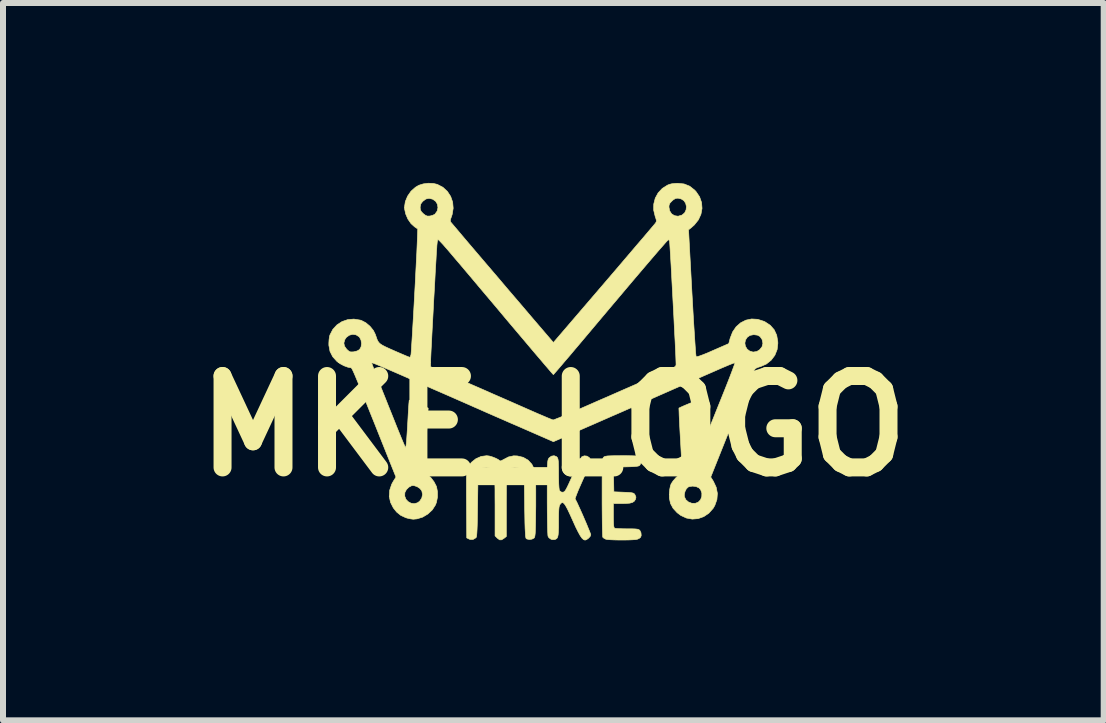
<source format=kicad_pcb>
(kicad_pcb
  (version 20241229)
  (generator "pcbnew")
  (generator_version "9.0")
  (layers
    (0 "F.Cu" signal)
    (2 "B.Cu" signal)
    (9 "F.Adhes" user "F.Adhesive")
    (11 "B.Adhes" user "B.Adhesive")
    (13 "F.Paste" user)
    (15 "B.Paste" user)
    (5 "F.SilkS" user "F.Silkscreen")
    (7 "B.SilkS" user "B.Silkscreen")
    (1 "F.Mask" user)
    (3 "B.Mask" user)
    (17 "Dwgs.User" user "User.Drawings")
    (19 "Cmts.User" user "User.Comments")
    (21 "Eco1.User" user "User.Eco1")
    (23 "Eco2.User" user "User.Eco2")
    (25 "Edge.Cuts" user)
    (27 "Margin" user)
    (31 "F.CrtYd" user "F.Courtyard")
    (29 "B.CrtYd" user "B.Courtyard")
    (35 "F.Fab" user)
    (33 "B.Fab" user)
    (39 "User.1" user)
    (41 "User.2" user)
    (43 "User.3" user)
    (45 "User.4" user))
  (footprint "MKE_LOGO"
    (layer "F.Cu")
    (at 6.176 4.054)
    (property "Reference" "MKE_LOGO" (at 0 0 0) (layer "F.SilkS") (effects (font (size 1.524 1.524) (thickness 0.3))))
    (attr through_hole)
    (fp_poly (pts (xy 1.239 0.494) (xy 1.311 0.495) (xy 1.363 0.497) (xy 1.397 0.5) (xy 1.42 0.505) (xy 1.434 0.513) (xy 1.442 0.52) (xy 1.463 0.563) (xy 1.461 0.612) (xy 1.445 0.647) (xy 1.435 0.658) (xy 1.418 0.666) (xy 1.391 0.671) (xy 1.349 0.675) (xy 1.286 0.678) (xy 1.213 0.68) (xy 1.001 0.684) (xy 1.005 0.89) (xy 1.009 1.096) (xy 1.175 1.103) (xy 1.247 1.106) (xy 1.295 1.11) (xy 1.326 1.116) (xy 1.344 1.124) (xy 1.356 1.137) (xy 1.363 1.149) (xy 1.377 1.184) (xy 1.371 1.218) (xy 1.367 1.225) (xy 1.349 1.253) (xy 1.319 1.273) (xy 1.275 1.285) (xy 1.21 1.29) (xy 1.138 1.292) (xy 1.001 1.292) (xy 1.001 1.493) (xy 1.002 1.575) (xy 1.004 1.633) (xy 1.007 1.67) (xy 1.013 1.692) (xy 1.021 1.702) (xy 1.024 1.704) (xy 1.047 1.707) (xy 1.093 1.71) (xy 1.154 1.712) (xy 1.226 1.713) (xy 1.233 1.713) (xy 1.311 1.713) (xy 1.365 1.715) (xy 1.401 1.719) (xy 1.424 1.726) (xy 1.439 1.736) (xy 1.442 1.739) (xy 1.461 1.778) (xy 1.465 1.824) (xy 1.455 1.853) (xy 1.434 1.871) (xy 1.403 1.886) (xy 1.373 1.892) (xy 1.32 1.896) (xy 1.251 1.899) (xy 1.173 1.9) (xy 1.092 1.9) (xy 1.015 1.898) (xy 0.948 1.895) (xy 0.897 1.891) (xy 0.871 1.885) (xy 0.84 1.868) (xy 0.824 1.853) (xy 0.822 1.836) (xy 0.82 1.792) (xy 0.818 1.725) (xy 0.816 1.639) (xy 0.815 1.535) (xy 0.814 1.417) (xy 0.813 1.289) (xy 0.813 1.189) (xy 0.813 1.034) (xy 0.813 0.907) (xy 0.814 0.802) (xy 0.815 0.72) (xy 0.816 0.655) (xy 0.818 0.607) (xy 0.821 0.573) (xy 0.824 0.549) (xy 0.829 0.533) (xy 0.834 0.523) (xy 0.839 0.518) (xy 0.852 0.509) (xy 0.873 0.503) (xy 0.904 0.498) (xy 0.951 0.496) (xy 1.018 0.494) (xy 1.108 0.494) (xy 1.142 0.493) (xy 1.239 0.494)) (stroke (width 0.01) (type solid)) (fill yes) (layer "F.SilkS"))
    (fp_poly (pts (xy -1.069 0.499) (xy -1.017 0.514) (xy -0.964 0.535) (xy -0.92 0.557) (xy -0.895 0.577) (xy -0.894 0.578) (xy -0.876 0.581) (xy -0.842 0.564) (xy -0.833 0.559) (xy -0.749 0.515) (xy -0.663 0.496) (xy -0.6 0.498) (xy -0.503 0.521) (xy -0.421 0.568) (xy -0.358 0.637) (xy -0.315 0.724) (xy -0.305 0.763) (xy -0.3 0.801) (xy -0.297 0.867) (xy -0.294 0.958) (xy -0.293 1.074) (xy -0.293 1.213) (xy -0.293 1.339) (xy -0.295 1.475) (xy -0.296 1.584) (xy -0.298 1.67) (xy -0.3 1.736) (xy -0.302 1.785) (xy -0.306 1.82) (xy -0.31 1.843) (xy -0.315 1.857) (xy -0.322 1.867) (xy -0.322 1.867) (xy -0.356 1.885) (xy -0.4 1.891) (xy -0.44 1.883) (xy -0.454 1.874) (xy -0.459 1.86) (xy -0.464 1.829) (xy -0.467 1.779) (xy -0.471 1.707) (xy -0.474 1.612) (xy -0.476 1.492) (xy -0.479 1.345) (xy -0.479 1.312) (xy -0.486 0.767) (xy -0.534 0.725) (xy -0.589 0.691) (xy -0.647 0.683) (xy -0.702 0.698) (xy -0.746 0.737) (xy -0.761 0.763) (xy -0.767 0.779) (xy -0.772 0.803) (xy -0.776 0.836) (xy -0.779 0.882) (xy -0.781 0.945) (xy -0.783 1.025) (xy -0.783 1.128) (xy -0.784 1.255) (xy -0.784 1.326) (xy -0.784 1.841) (xy -0.822 1.871) (xy -0.862 1.896) (xy -0.895 1.897) (xy -0.93 1.872) (xy -0.937 1.866) (xy -0.972 1.83) (xy -0.972 1.313) (xy -0.973 1.169) (xy -0.973 1.05) (xy -0.975 0.955) (xy -0.977 0.88) (xy -0.982 0.823) (xy -0.988 0.781) (xy -0.996 0.751) (xy -1.008 0.73) (xy -1.022 0.716) (xy -1.04 0.705) (xy -1.052 0.7) (xy -1.117 0.683) (xy -1.178 0.694) (xy -1.215 0.717) (xy -1.255 0.752) (xy -1.263 1.297) (xy -1.265 1.441) (xy -1.267 1.558) (xy -1.269 1.651) (xy -1.272 1.724) (xy -1.275 1.778) (xy -1.278 1.816) (xy -1.282 1.842) (xy -1.287 1.857) (xy -1.292 1.863) (xy -1.338 1.89) (xy -1.389 1.89) (xy -1.408 1.882) (xy -1.444 1.864) (xy -1.448 1.302) (xy -1.449 1.159) (xy -1.449 1.042) (xy -1.449 0.948) (xy -1.449 0.874) (xy -1.447 0.817) (xy -1.445 0.775) (xy -1.442 0.743) (xy -1.437 0.72) (xy -1.432 0.703) (xy -1.425 0.687) (xy -1.424 0.686) (xy -1.367 0.605) (xy -1.292 0.545) (xy -1.204 0.506) (xy -1.112 0.494) (xy -1.069 0.499)) (stroke (width 0.01) (type solid)) (fill yes) (layer "F.SilkS"))
    (fp_poly (pts (xy 0.053 0.51) (xy 0.063 0.52) (xy 0.072 0.534) (xy 0.078 0.555) (xy 0.083 0.588) (xy 0.085 0.638) (xy 0.087 0.708) (xy 0.087 0.797) (xy 0.088 0.887) (xy 0.09 0.965) (xy 0.094 1.025) (xy 0.099 1.064) (xy 0.102 1.075) (xy 0.128 1.098) (xy 0.153 1.103) (xy 0.167 1.101) (xy 0.18 1.095) (xy 0.195 1.08) (xy 0.212 1.054) (xy 0.233 1.014) (xy 0.26 0.957) (xy 0.295 0.88) (xy 0.34 0.781) (xy 0.355 0.746) (xy 0.389 0.672) (xy 0.421 0.606) (xy 0.448 0.554) (xy 0.467 0.521) (xy 0.475 0.512) (xy 0.516 0.496) (xy 0.56 0.501) (xy 0.598 0.524) (xy 0.621 0.559) (xy 0.624 0.579) (xy 0.618 0.6) (xy 0.602 0.643) (xy 0.577 0.704) (xy 0.545 0.779) (xy 0.507 0.863) (xy 0.488 0.905) (xy 0.45 0.991) (xy 0.416 1.069) (xy 0.39 1.134) (xy 0.372 1.182) (xy 0.363 1.21) (xy 0.363 1.215) (xy 0.374 1.234) (xy 0.395 1.275) (xy 0.421 1.332) (xy 0.453 1.402) (xy 0.487 1.478) (xy 0.521 1.557) (xy 0.554 1.633) (xy 0.582 1.702) (xy 0.605 1.758) (xy 0.62 1.797) (xy 0.624 1.813) (xy 0.613 1.841) (xy 0.585 1.871) (xy 0.552 1.894) (xy 0.529 1.901) (xy 0.505 1.894) (xy 0.479 1.871) (xy 0.449 1.829) (xy 0.414 1.766) (xy 0.371 1.68) (xy 0.327 1.582) (xy 0.279 1.476) (xy 0.241 1.395) (xy 0.21 1.337) (xy 0.185 1.299) (xy 0.164 1.279) (xy 0.146 1.276) (xy 0.128 1.287) (xy 0.11 1.309) (xy 0.11 1.31) (xy 0.101 1.327) (xy 0.095 1.354) (xy 0.091 1.395) (xy 0.088 1.454) (xy 0.087 1.536) (xy 0.087 1.59) (xy 0.087 1.688) (xy 0.084 1.761) (xy 0.08 1.814) (xy 0.072 1.849) (xy 0.06 1.871) (xy 0.043 1.884) (xy 0.022 1.892) (xy -0.015 1.893) (xy -0.039 1.887) (xy -0.071 1.864) (xy -0.086 1.845) (xy -0.091 1.822) (xy -0.094 1.769) (xy -0.097 1.688) (xy -0.099 1.579) (xy -0.101 1.441) (xy -0.102 1.275) (xy -0.102 1.193) (xy -0.102 1.042) (xy -0.101 0.918) (xy -0.101 0.817) (xy -0.1 0.737) (xy -0.099 0.675) (xy -0.097 0.628) (xy -0.094 0.595) (xy -0.09 0.571) (xy -0.085 0.554) (xy -0.079 0.542) (xy -0.072 0.532) (xy -0.072 0.532) (xy -0.033 0.502) (xy 0.012 0.494) (xy 0.053 0.51)) (stroke (width 0.01) (type solid)) (fill yes) (layer "F.SilkS"))
    (fp_poly (pts (xy -1.999 -4.045) (xy -1.935 -4.03) (xy -1.842 -3.982) (xy -1.767 -3.913) (xy -1.712 -3.829) (xy -1.679 -3.734) (xy -1.67 -3.632) (xy -1.687 -3.528) (xy -1.698 -3.495) (xy -1.714 -3.449) (xy -1.718 -3.421) (xy -1.711 -3.402) (xy -1.707 -3.397) (xy -1.622 -3.297) (xy -1.522 -3.178) (xy -1.41 -3.046) (xy -1.289 -2.904) (xy -1.162 -2.755) (xy -1.032 -2.603) (xy -0.903 -2.452) (xy -0.778 -2.304) (xy -0.659 -2.165) (xy -0.55 -2.038) (xy -0.454 -1.925) (xy -0.381 -1.839) (xy 0.001 -1.393) (xy 0.844 -2.376) (xy 0.969 -2.522) (xy 1.089 -2.662) (xy 1.202 -2.795) (xy 1.307 -2.918) (xy 1.403 -3.031) (xy 1.489 -3.131) (xy 1.562 -3.217) (xy 1.622 -3.288) (xy 1.667 -3.341) (xy 1.696 -3.376) (xy 1.707 -3.39) (xy 1.717 -3.411) (xy 1.717 -3.435) (xy 1.706 -3.473) (xy 1.698 -3.495) (xy 1.673 -3.599) (xy 1.673 -3.653) (xy 1.927 -3.653) (xy 1.94 -3.588) (xy 1.972 -3.538) (xy 2.021 -3.508) (xy 2.079 -3.499) (xy 2.142 -3.517) (xy 2.146 -3.519) (xy 2.189 -3.555) (xy 2.213 -3.605) (xy 2.219 -3.66) (xy 2.206 -3.715) (xy 2.176 -3.759) (xy 2.132 -3.787) (xy 2.079 -3.8) (xy 2.038 -3.796) (xy 1.998 -3.771) (xy 1.98 -3.755) (xy 1.945 -3.719) (xy 1.93 -3.685) (xy 1.927 -3.653) (xy 1.673 -3.653) (xy 1.674 -3.702) (xy 1.699 -3.8) (xy 1.747 -3.888) (xy 1.816 -3.962) (xy 1.903 -4.017) (xy 1.935 -4.03) (xy 1.975 -4.04) (xy 2.03 -4.046) (xy 2.076 -4.048) (xy 2.18 -4.037) (xy 2.273 -4) (xy 2.355 -3.935) (xy 2.378 -3.911) (xy 2.438 -3.823) (xy 2.471 -3.728) (xy 2.479 -3.63) (xy 2.461 -3.532) (xy 2.418 -3.438) (xy 2.35 -3.353) (xy 2.292 -3.302) (xy 2.254 -3.273) (xy 2.311 -2.221) (xy 2.321 -2.048) (xy 2.33 -1.885) (xy 2.339 -1.732) (xy 2.348 -1.592) (xy 2.356 -1.467) (xy 2.363 -1.36) (xy 2.369 -1.273) (xy 2.374 -1.208) (xy 2.379 -1.168) (xy 2.381 -1.155) (xy 2.398 -1.157) (xy 2.438 -1.169) (xy 2.498 -1.191) (xy 2.575 -1.222) (xy 2.659 -1.259) (xy 2.925 -1.375) (xy 2.927 -1.384) (xy 3.193 -1.384) (xy 3.202 -1.331) (xy 3.232 -1.282) (xy 3.273 -1.251) (xy 3.33 -1.234) (xy 3.391 -1.243) (xy 3.438 -1.271) (xy 3.479 -1.321) (xy 3.494 -1.38) (xy 3.481 -1.441) (xy 3.477 -1.449) (xy 3.446 -1.493) (xy 3.404 -1.516) (xy 3.344 -1.524) (xy 3.338 -1.524) (xy 3.278 -1.512) (xy 3.233 -1.481) (xy 3.204 -1.436) (xy 3.193 -1.384) (xy 2.927 -1.384) (xy 2.948 -1.464) (xy 2.989 -1.57) (xy 3.048 -1.656) (xy 3.123 -1.722) (xy 3.21 -1.766) (xy 3.306 -1.786) (xy 3.407 -1.78) (xy 3.51 -1.747) (xy 3.526 -1.74) (xy 3.616 -1.681) (xy 3.682 -1.606) (xy 3.724 -1.515) (xy 3.742 -1.407) (xy 3.743 -1.379) (xy 3.731 -1.275) (xy 3.693 -1.18) (xy 3.632 -1.099) (xy 3.552 -1.035) (xy 3.455 -0.992) (xy 3.45 -0.991) (xy 3.402 -0.976) (xy 3.373 -0.961) (xy 3.352 -0.937) (xy 3.33 -0.896) (xy 3.323 -0.881) (xy 3.31 -0.853) (xy 3.288 -0.8) (xy 3.257 -0.725) (xy 3.219 -0.631) (xy 3.174 -0.521) (xy 3.124 -0.397) (xy 3.069 -0.262) (xy 3.012 -0.118) (xy 2.953 0.027) (xy 2.624 0.85) (xy 2.668 0.92) (xy 2.715 1.02) (xy 2.735 1.122) (xy 2.727 1.225) (xy 2.692 1.324) (xy 2.664 1.372) (xy 2.592 1.453) (xy 2.507 1.51) (xy 2.414 1.543) (xy 2.316 1.551) (xy 2.218 1.533) (xy 2.125 1.49) (xy 2.064 1.444) (xy 1.996 1.37) (xy 1.953 1.29) (xy 1.934 1.199) (xy 1.934 1.145) (xy 2.183 1.145) (xy 2.185 1.177) (xy 2.209 1.228) (xy 2.253 1.266) (xy 2.308 1.287) (xy 2.367 1.288) (xy 2.416 1.269) (xy 2.455 1.228) (xy 2.475 1.174) (xy 2.476 1.116) (xy 2.456 1.062) (xy 2.429 1.031) (xy 2.381 1.009) (xy 2.322 1.001) (xy 2.266 1.009) (xy 2.248 1.017) (xy 2.217 1.047) (xy 2.194 1.094) (xy 2.183 1.145) (xy 1.934 1.145) (xy 1.934 1.118) (xy 1.94 1.056) (xy 1.951 1.001) (xy 1.964 0.963) (xy 1.998 0.912) (xy 2.046 0.858) (xy 2.097 0.812) (xy 2.116 0.798) (xy 2.15 0.777) (xy 2.12 0.241) (xy 2.113 0.119) (xy 2.107 0.007) (xy 2.102 -0.093) (xy 2.098 -0.176) (xy 2.096 -0.241) (xy 2.094 -0.283) (xy 2.094 -0.299) (xy 2.094 -0.3) (xy 2.11 -0.308) (xy 2.144 -0.324) (xy 2.192 -0.345) (xy 2.247 -0.368) (xy 2.302 -0.391) (xy 2.351 -0.411) (xy 2.387 -0.426) (xy 2.403 -0.431) (xy 2.404 -0.431) (xy 2.406 -0.416) (xy 2.409 -0.376) (xy 2.413 -0.315) (xy 2.418 -0.236) (xy 2.423 -0.143) (xy 2.429 -0.04) (xy 2.43 -0.038) (xy 2.436 0.065) (xy 2.442 0.159) (xy 2.447 0.239) (xy 2.452 0.301) (xy 2.455 0.342) (xy 2.458 0.358) (xy 2.458 0.358) (xy 2.465 0.347) (xy 2.483 0.31) (xy 2.51 0.247) (xy 2.547 0.16) (xy 2.593 0.05) (xy 2.648 -0.083) (xy 2.71 -0.238) (xy 2.781 -0.414) (xy 2.859 -0.608) (xy 2.901 -0.714) (xy 2.939 -0.811) (xy 2.972 -0.897) (xy 2.998 -0.967) (xy 3.017 -1.019) (xy 3.027 -1.049) (xy 3.028 -1.055) (xy 3.013 -1.052) (xy 2.977 -1.039) (xy 2.922 -1.017) (xy 2.856 -0.989) (xy 2.806 -0.968) (xy 2.722 -0.931) (xy 2.624 -0.888) (xy 2.516 -0.841) (xy 2.401 -0.79) (xy 2.282 -0.738) (xy 2.162 -0.686) (xy 2.045 -0.635) (xy 1.934 -0.586) (xy 1.832 -0.541) (xy 1.743 -0.502) (xy 1.669 -0.469) (xy 1.614 -0.445) (xy 1.581 -0.431) (xy 1.575 -0.428) (xy 1.552 -0.418) (xy 1.506 -0.398) (xy 1.44 -0.368) (xy 1.356 -0.332) (xy 1.258 -0.289) (xy 1.149 -0.241) (xy 1.032 -0.19) (xy 0.994 -0.174) (xy 0.876 -0.122) (xy 0.764 -0.073) (xy 0.662 -0.028) (xy 0.574 0.01) (xy 0.501 0.042) (xy 0.448 0.065) (xy 0.418 0.079) (xy 0.414 0.081) (xy 0.384 0.094) (xy 0.335 0.115) (xy 0.271 0.143) (xy 0.201 0.173) (xy 0.186 0.18) (xy 0.001 0.26) (xy -0.598 -0.002) (xy -0.724 -0.056) (xy -0.842 -0.108) (xy -0.95 -0.155) (xy -1.046 -0.197) (xy -1.126 -0.232) (xy -1.187 -0.259) (xy -1.227 -0.277) (xy -1.241 -0.283) (xy -1.268 -0.295) (xy -1.319 -0.317) (xy -1.393 -0.35) (xy -1.486 -0.391) (xy -1.598 -0.44) (xy -1.725 -0.496) (xy -1.865 -0.557) (xy -2.017 -0.623) (xy -2.178 -0.694) (xy -2.345 -0.767) (xy -2.424 -0.802) (xy -2.568 -0.865) (xy -2.688 -0.917) (xy -2.786 -0.959) (xy -2.859 -0.99) (xy -2.047 -0.99) (xy -1.462 -0.735) (xy -1.318 -0.672) (xy -1.164 -0.605) (xy -1.006 -0.535) (xy -0.85 -0.467) (xy -0.702 -0.402) (xy -0.568 -0.343) (xy -0.454 -0.293) (xy -0.45 -0.291) (xy -0.345 -0.245) (xy -0.249 -0.203) (xy -0.164 -0.167) (xy -0.094 -0.137) (xy -0.042 -0.116) (xy -0.011 -0.104) (xy -0.004 -0.102) (xy 0.014 -0.107) (xy 0.054 -0.123) (xy 0.113 -0.146) (xy 0.184 -0.176) (xy 0.266 -0.211) (xy 0.279 -0.216) (xy 0.34 -0.243) (xy 0.423 -0.279) (xy 0.524 -0.323) (xy 0.638 -0.373) (xy 0.763 -0.428) (xy 0.895 -0.485) (xy 1.029 -0.544) (xy 1.161 -0.602) (xy 1.289 -0.658) (xy 1.408 -0.71) (xy 1.514 -0.757) (xy 1.603 -0.796) (xy 1.673 -0.827) (xy 1.705 -0.841) (xy 1.744 -0.858) (xy 1.8 -0.883) (xy 1.865 -0.912) (xy 1.905 -0.929) (xy 1.968 -0.958) (xy 2.01 -0.978) (xy 2.033 -0.995) (xy 2.044 -1.011) (xy 2.046 -1.029) (xy 2.046 -1.029) (xy 2.045 -1.062) (xy 2.043 -1.12) (xy 2.04 -1.2) (xy 2.035 -1.298) (xy 2.03 -1.412) (xy 2.023 -1.539) (xy 2.016 -1.676) (xy 2.009 -1.821) (xy 2.001 -1.97) (xy 1.993 -2.12) (xy 1.985 -2.27) (xy 1.977 -2.415) (xy 1.97 -2.553) (xy 1.963 -2.682) (xy 1.956 -2.798) (xy 1.95 -2.898) (xy 1.945 -2.98) (xy 1.941 -3.041) (xy 1.938 -3.078) (xy 1.937 -3.088) (xy 1.923 -3.105) (xy 1.917 -3.106) (xy 1.905 -3.095) (xy 1.875 -3.063) (xy 1.828 -3.009) (xy 1.762 -2.934) (xy 1.678 -2.836) (xy 1.576 -2.717) (xy 1.456 -2.576) (xy 1.318 -2.414) (xy 1.162 -2.229) (xy 0.987 -2.022) (xy 0.794 -1.793) (xy 0.582 -1.541) (xy 0.443 -1.376) (xy 0.354 -1.271) (xy 0.272 -1.173) (xy 0.196 -1.085) (xy 0.131 -1.008) (xy 0.076 -0.944) (xy 0.035 -0.897) (xy 0.009 -0.867) (xy 0 -0.858) (xy -0.01 -0.869) (xy -0.038 -0.9) (xy -0.081 -0.951) (xy -0.139 -1.018) (xy -0.21 -1.102) (xy -0.293 -1.199) (xy -0.386 -1.309) (xy -0.488 -1.43) (xy -0.598 -1.56) (xy -0.714 -1.697) (xy -0.784 -1.78) (xy -0.953 -1.982) (xy -1.105 -2.162) (xy -1.241 -2.323) (xy -1.36 -2.465) (xy -1.465 -2.589) (xy -1.555 -2.696) (xy -1.634 -2.788) (xy -1.7 -2.866) (xy -1.755 -2.931) (xy -1.801 -2.983) (xy -1.837 -3.025) (xy -1.866 -3.056) (xy -1.888 -3.079) (xy -1.904 -3.095) (xy -1.915 -3.104) (xy -1.922 -3.108) (xy -1.926 -3.107) (xy -1.928 -3.104) (xy -1.929 -3.098) (xy -1.931 -3.092) (xy -1.931 -3.091) (xy -1.933 -3.082) (xy -1.935 -3.072) (xy -1.937 -3.057) (xy -1.939 -3.037) (xy -1.942 -3.008) (xy -1.944 -2.97) (xy -1.948 -2.92) (xy -1.952 -2.855) (xy -1.956 -2.776) (xy -1.962 -2.678) (xy -1.969 -2.56) (xy -1.976 -2.421) (xy -1.985 -2.258) (xy -1.996 -2.07) (xy -2.003 -1.93) (xy -2.011 -1.779) (xy -2.019 -1.635) (xy -2.026 -1.5) (xy -2.032 -1.378) (xy -2.038 -1.271) (xy -2.042 -1.183) (xy -2.045 -1.117) (xy -2.046 -1.075) (xy -2.047 -1.065) (xy -2.047 -0.99) (xy -2.859 -0.99) (xy -2.864 -0.992) (xy -2.923 -1.017) (xy -2.967 -1.035) (xy -2.998 -1.047) (xy -3.017 -1.053) (xy -3.027 -1.055) (xy -3.029 -1.054) (xy -3.025 -1.04) (xy -3.011 -1.002) (xy -2.989 -0.943) (xy -2.96 -0.867) (xy -2.924 -0.776) (xy -2.884 -0.673) (xy -2.84 -0.562) (xy -2.793 -0.445) (xy -2.746 -0.326) (xy -2.698 -0.207) (xy -2.652 -0.092) (xy -2.609 0.016) (xy -2.569 0.114) (xy -2.534 0.2) (xy -2.505 0.269) (xy -2.483 0.32) (xy -2.471 0.348) (xy -2.468 0.353) (xy -2.463 0.353) (xy -2.458 0.339) (xy -2.454 0.311) (xy -2.449 0.264) (xy -2.444 0.199) (xy -2.438 0.111) (xy -2.431 -0.002) (xy -2.423 -0.141) (xy -2.423 -0.145) (xy -2.418 -0.232) (xy -2.413 -0.309) (xy -2.409 -0.371) (xy -2.405 -0.413) (xy -2.403 -0.431) (xy -2.403 -0.432) (xy -2.389 -0.428) (xy -2.354 -0.414) (xy -2.303 -0.393) (xy -2.243 -0.367) (xy -2.087 -0.299) (xy -2.095 -0.19) (xy -2.099 -0.142) (xy -2.103 -0.071) (xy -2.108 0.016) (xy -2.113 0.114) (xy -2.117 0.216) (xy -2.119 0.247) (xy -2.124 0.348) (xy -2.128 0.447) (xy -2.133 0.536) (xy -2.137 0.61) (xy -2.14 0.663) (xy -2.14 0.675) (xy -2.147 0.777) (xy -2.096 0.812) (xy -2.041 0.861) (xy -1.99 0.928) (xy -1.953 0.999) (xy -1.947 1.015) (xy -1.932 1.094) (xy -1.932 1.184) (xy -1.949 1.271) (xy -1.965 1.314) (xy -2.018 1.397) (xy -2.092 1.466) (xy -2.179 1.518) (xy -2.273 1.547) (xy -2.336 1.553) (xy -2.381 1.547) (xy -2.435 1.535) (xy -2.462 1.527) (xy -2.545 1.488) (xy -2.613 1.433) (xy -2.668 1.364) (xy -2.715 1.271) (xy -2.736 1.172) (xy -2.735 1.168) (xy -2.478 1.168) (xy -2.458 1.22) (xy -2.421 1.26) (xy -2.373 1.286) (xy -2.32 1.294) (xy -2.267 1.28) (xy -2.23 1.254) (xy -2.194 1.201) (xy -2.181 1.14) (xy -2.193 1.081) (xy -2.194 1.079) (xy -2.224 1.041) (xy -2.271 1.01) (xy -2.322 0.993) (xy -2.36 0.993) (xy -2.408 1.018) (xy -2.45 1.059) (xy -2.475 1.107) (xy -2.476 1.109) (xy -2.478 1.168) (xy -2.735 1.168) (xy -2.729 1.07) (xy -2.695 0.969) (xy -2.668 0.92) (xy -2.624 0.85) (xy -2.903 0.153) (xy -2.983 -0.048) (xy -3.054 -0.224) (xy -3.115 -0.377) (xy -3.168 -0.507) (xy -3.212 -0.617) (xy -3.25 -0.709) (xy -3.281 -0.783) (xy -3.306 -0.843) (xy -3.326 -0.889) (xy -3.341 -0.922) (xy -3.353 -0.946) (xy -3.362 -0.961) (xy -3.368 -0.969) (xy -3.373 -0.972) (xy -3.374 -0.972) (xy -3.427 -0.982) (xy -3.492 -1.006) (xy -3.556 -1.04) (xy -3.607 -1.077) (xy -3.679 -1.157) (xy -3.724 -1.246) (xy -3.743 -1.347) (xy -3.743 -1.379) (xy -3.743 -1.384) (xy -3.493 -1.384) (xy -3.482 -1.332) (xy -3.445 -1.28) (xy -3.438 -1.274) (xy -3.407 -1.247) (xy -3.379 -1.236) (xy -3.338 -1.237) (xy -3.329 -1.238) (xy -3.272 -1.252) (xy -3.231 -1.276) (xy -3.206 -1.32) (xy -3.198 -1.376) (xy -3.207 -1.434) (xy -3.232 -1.482) (xy -3.238 -1.489) (xy -3.289 -1.521) (xy -3.346 -1.53) (xy -3.402 -1.515) (xy -3.451 -1.48) (xy -3.477 -1.441) (xy -3.493 -1.384) (xy -3.743 -1.384) (xy -3.74 -1.437) (xy -3.733 -1.49) (xy -3.725 -1.519) (xy -3.677 -1.612) (xy -3.608 -1.687) (xy -3.524 -1.742) (xy -3.428 -1.775) (xy -3.326 -1.784) (xy -3.22 -1.767) (xy -3.2 -1.761) (xy -3.127 -1.723) (xy -3.058 -1.665) (xy -3.001 -1.595) (xy -2.969 -1.531) (xy -2.952 -1.483) (xy -2.939 -1.445) (xy -2.925 -1.416) (xy -2.907 -1.391) (xy -2.882 -1.368) (xy -2.847 -1.346) (xy -2.798 -1.321) (xy -2.733 -1.291) (xy -2.647 -1.253) (xy -2.555 -1.213) (xy -2.494 -1.187) (xy -2.442 -1.165) (xy -2.406 -1.151) (xy -2.392 -1.147) (xy -2.383 -1.159) (xy -2.374 -1.19) (xy -2.373 -1.194) (xy -2.371 -1.217) (xy -2.367 -1.267) (xy -2.363 -1.339) (xy -2.357 -1.431) (xy -2.35 -1.54) (xy -2.343 -1.663) (xy -2.335 -1.797) (xy -2.327 -1.938) (xy -2.319 -2.084) (xy -2.311 -2.231) (xy -2.303 -2.377) (xy -2.296 -2.519) (xy -2.289 -2.653) (xy -2.283 -2.776) (xy -2.277 -2.886) (xy -2.273 -2.98) (xy -2.27 -3.048) (xy -2.261 -3.287) (xy -2.312 -3.321) (xy -2.373 -3.376) (xy -2.425 -3.451) (xy -2.462 -3.537) (xy -2.481 -3.624) (xy -2.482 -3.646) (xy -2.221 -3.646) (xy -2.217 -3.605) (xy -2.2 -3.574) (xy -2.168 -3.541) (xy -2.131 -3.513) (xy -2.1 -3.501) (xy -2.062 -3.502) (xy -2.058 -3.502) (xy -2.013 -3.514) (xy -1.977 -3.531) (xy -1.973 -3.535) (xy -1.937 -3.585) (xy -1.924 -3.642) (xy -1.933 -3.699) (xy -1.962 -3.748) (xy -2.012 -3.783) (xy -2.012 -3.783) (xy -2.072 -3.797) (xy -2.125 -3.786) (xy -2.177 -3.747) (xy -2.179 -3.745) (xy -2.21 -3.704) (xy -2.22 -3.658) (xy -2.221 -3.646) (xy -2.482 -3.646) (xy -2.482 -3.65) (xy -2.468 -3.743) (xy -2.43 -3.834) (xy -2.373 -3.916) (xy -2.299 -3.982) (xy -2.243 -4.015) (xy -2.169 -4.038) (xy -2.084 -4.049) (xy -1.999 -4.045)) (stroke (width 0.01) (type solid)) (fill yes) (layer "F.SilkS")))
  (gr_rect
    (start -3 -3)
    (end 15.352 8.96)
    (stroke (width 0.1) (type default))
    (fill no)
    (layer "Edge.Cuts")))
</source>
